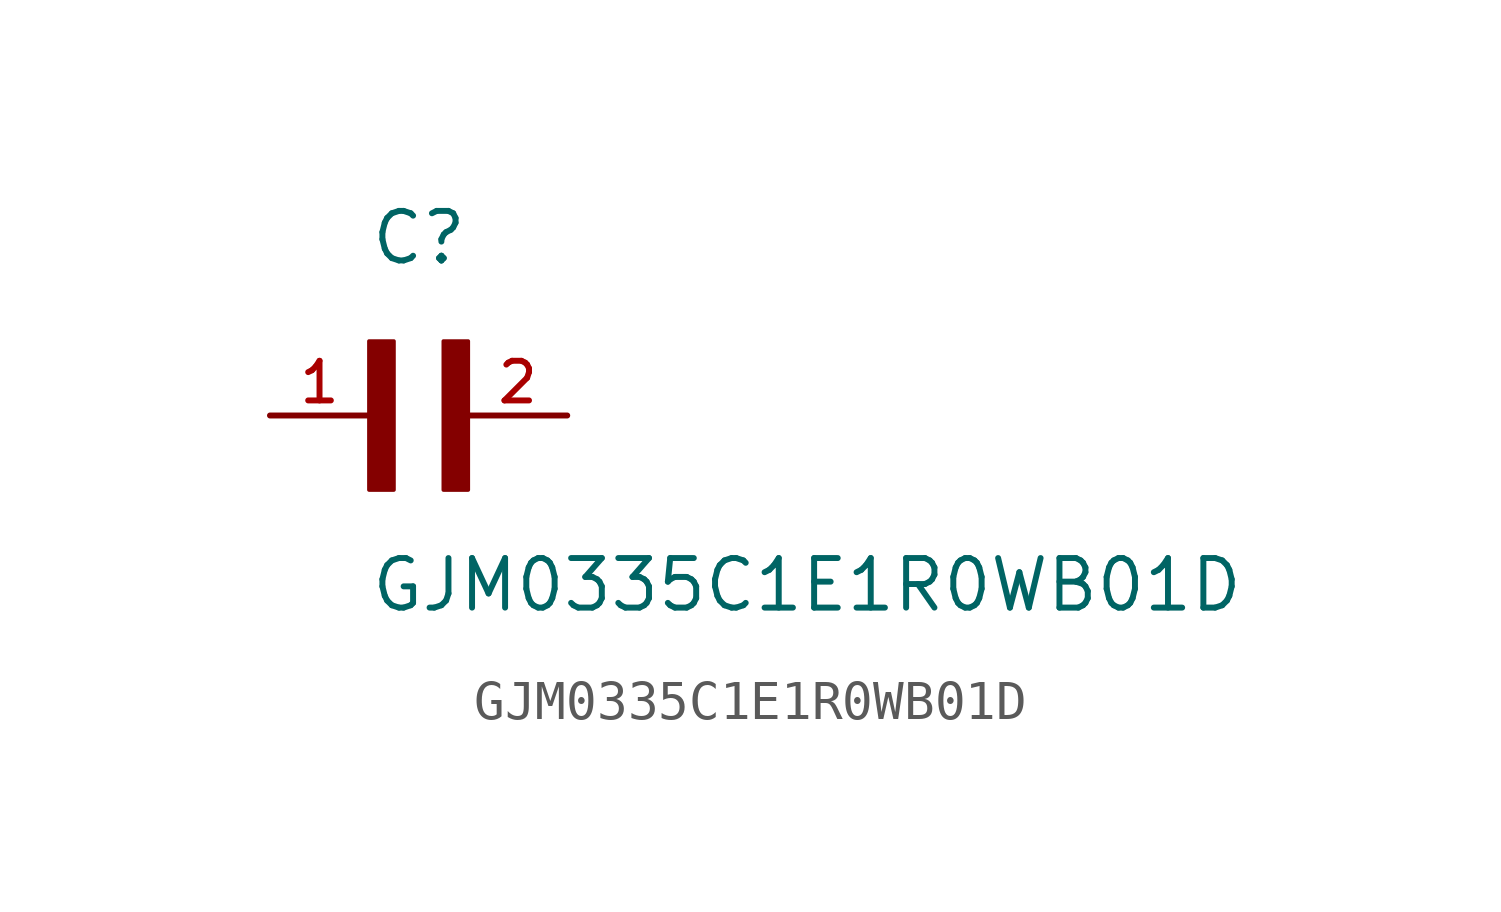
<source format=kicad_sym>
(kicad_symbol_lib
  (version 20211014)
  (generator kicad_symbol_editor)
  (symbol "GJM0335C1E1R0WB01D"
    (pin_names
      (offset 1.016))
    (property "Reference" "C"
      (at 0.0 3.811 0)
      (effects (font (size 1.27 1.27)) (justify bottom left)))
    (property "Value" "GJM0335C1E1R0WB01D"
      (at 0.0 -5.088 0)
      (effects (font (size 1.27 1.27)) (justify bottom left)))
    (symbol "GJM0335C1E1R0WB01D_0_0"
      (rectangle (start 0.0 -1.907) (end 0.635 1.905) (stroke (width 0.1)) (fill (type outline)))
      (rectangle (start 1.907 -1.907) (end 2.54 1.905) (stroke (width 0.1)) (fill (type outline)))
      (pin passive line (at 5.08 0.0 180.0) (length 2.54) (name "~" (effects (font (size 1.016 1.016)))) (number "2" (effects (font (size 1.016 1.016)))))
      (pin passive line (at -2.54 0.0 0) (length 2.54) (name "~" (effects (font (size 1.016 1.016)))) (number "1" (effects (font (size 1.016 1.016))))))))
</source>
